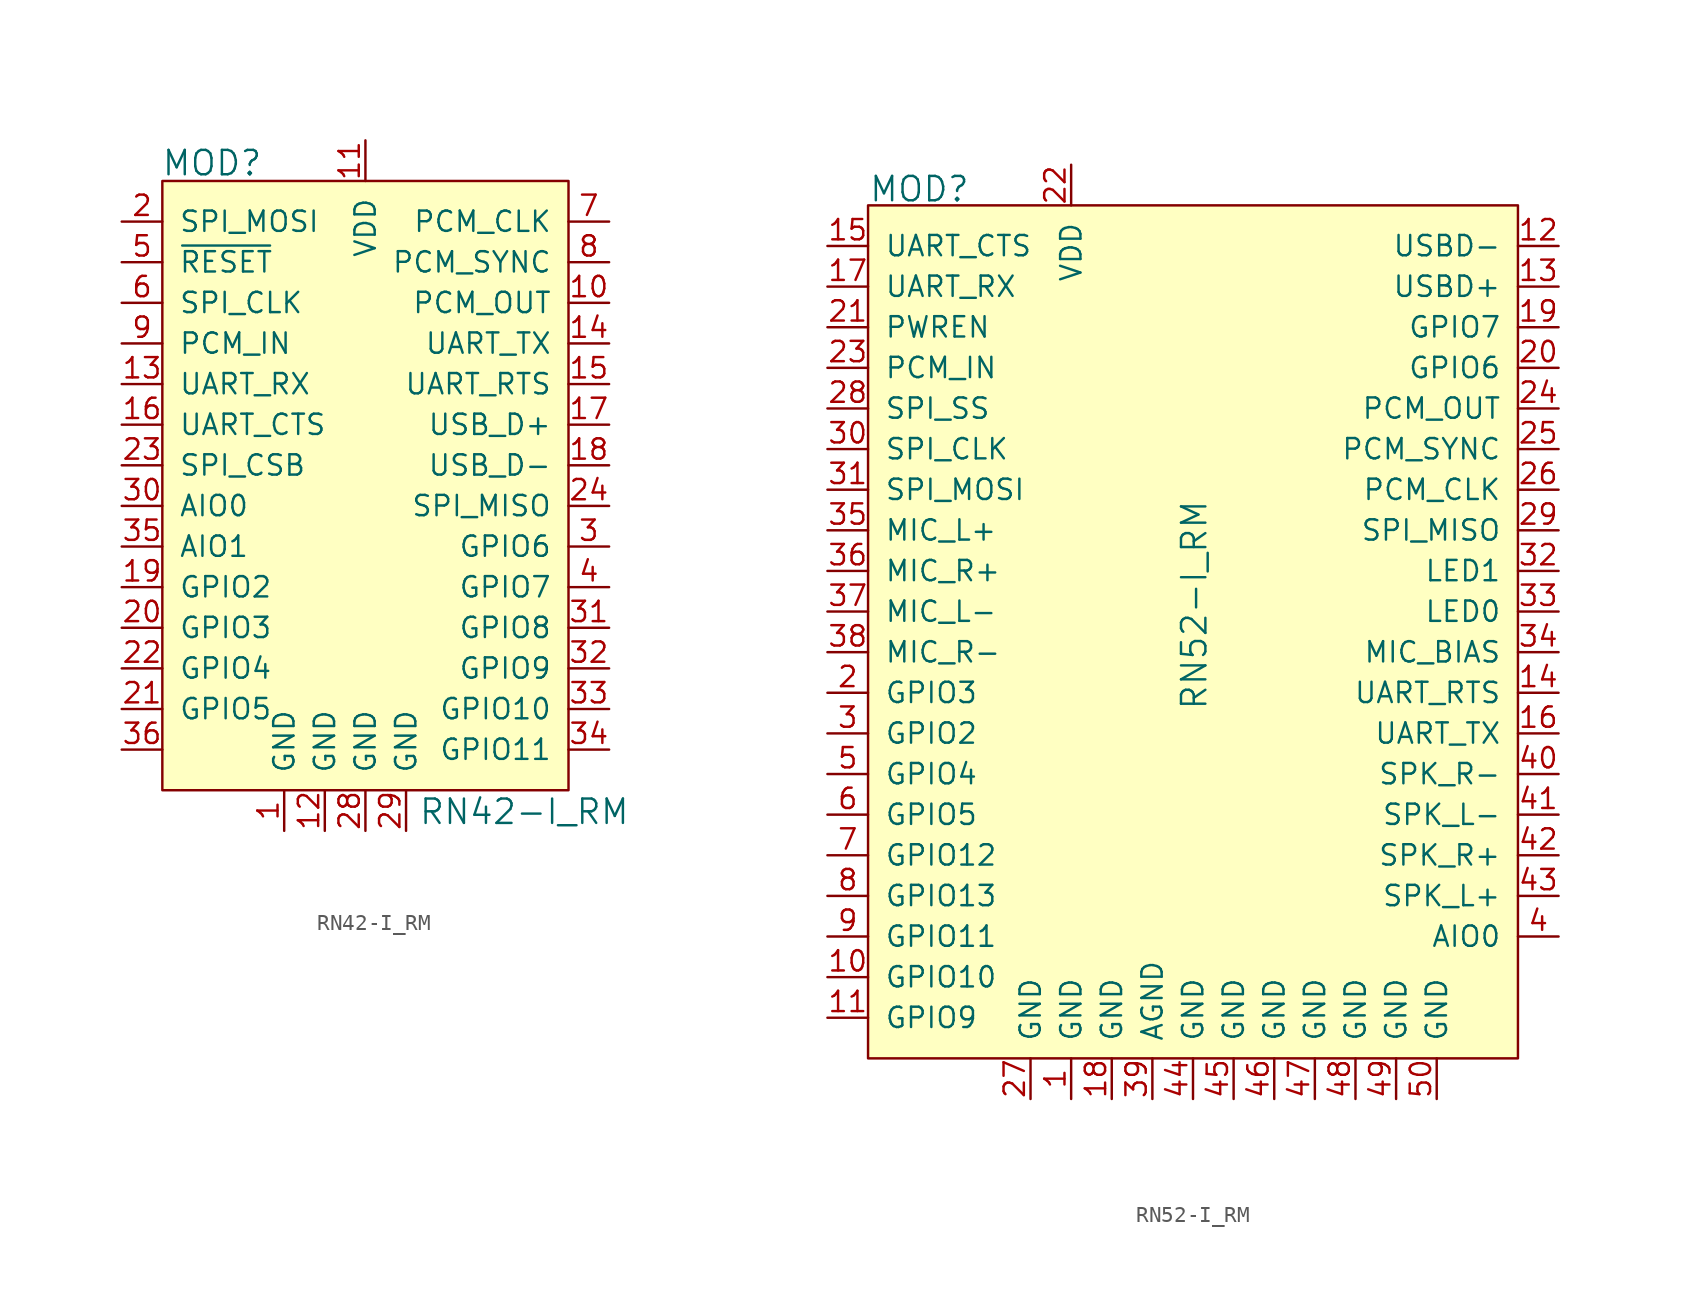
<source format=kicad_sym>
(kicad_symbol_lib
  (version 20201005)
  (generator kicad_symbol_editor)
  (symbol "RN42-I_RM"
    (pin_names
      (offset 1.016))
    (property "Reference" "MOD"
      (at -12.776 29.058 0)
      (effects (font (size 1.524 1.524)) (justify left)))
    (property "Value" "RN42-I_RM"
      (at 3.302 -11.506 0)
      (effects (font (size 1.524 1.524)) (justify left)))
    (symbol "RN42-I_RM_0_1"
      (rectangle (start -12.7 27.94) (end 12.7 -10.16) (stroke (width 0)) (fill (type background))))
    (symbol "RN42-I_RM_1_0"
      (pin unspecified line (at -15.24 -7.62 0) (length 2.54) (name "~" (effects (font (size 1.27 1.27)))) (number "36" (effects (font (size 1.27 1.27))))))
    (symbol "RN42-I_RM_1_1"
      (pin power_in line (at -5.08 -12.7 90) (length 2.54) (name "GND" (effects (font (size 1.27 1.27)))) (number "1" (effects (font (size 1.27 1.27)))))
      (pin input line (at -15.24 25.4 0) (length 2.54) (name "SPI_MOSI" (effects (font (size 1.27 1.27)))) (number "2" (effects (font (size 1.27 1.27)))))
      (pin input line (at 15.24 5.08 180) (length 2.54) (name "GPIO6" (effects (font (size 1.27 1.27)))) (number "3" (effects (font (size 1.27 1.27)))))
      (pin bidirectional line (at 15.24 2.54 180) (length 2.54) (name "GPIO7" (effects (font (size 1.27 1.27)))) (number "4" (effects (font (size 1.27 1.27)))))
      (pin input line (at -15.24 22.86 0) (length 2.54) (name "~RESET" (effects (font (size 1.27 1.27)))) (number "5" (effects (font (size 1.27 1.27)))))
      (pin input line (at -15.24 20.32 0) (length 2.54) (name "SPI_CLK" (effects (font (size 1.27 1.27)))) (number "6" (effects (font (size 1.27 1.27)))))
      (pin bidirectional line (at 15.24 25.4 180) (length 2.54) (name "PCM_CLK" (effects (font (size 1.27 1.27)))) (number "7" (effects (font (size 1.27 1.27)))))
      (pin bidirectional line (at 15.24 22.86 180) (length 2.54) (name "PCM_SYNC" (effects (font (size 1.27 1.27)))) (number "8" (effects (font (size 1.27 1.27)))))
      (pin input line (at -15.24 17.78 0) (length 2.54) (name "PCM_IN" (effects (font (size 1.27 1.27)))) (number "9" (effects (font (size 1.27 1.27)))))
      (pin output line (at 15.24 20.32 180) (length 2.54) (name "PCM_OUT" (effects (font (size 1.27 1.27)))) (number "10" (effects (font (size 1.27 1.27)))))
      (pin bidirectional line (at -15.24 0 0) (length 2.54) (name "GPIO3" (effects (font (size 1.27 1.27)))) (number "20" (effects (font (size 1.27 1.27)))))
      (pin input line (at -15.24 7.62 0) (length 2.54) (name "AIO0" (effects (font (size 1.27 1.27)))) (number "30" (effects (font (size 1.27 1.27)))))
      (pin power_in line (at 0 30.48 270) (length 2.54) (name "VDD" (effects (font (size 1.27 1.27)))) (number "11" (effects (font (size 1.27 1.27)))))
      (pin bidirectional line (at -15.24 -5.08 0) (length 2.54) (name "GPIO5" (effects (font (size 1.27 1.27)))) (number "21" (effects (font (size 1.27 1.27)))))
      (pin output line (at 15.24 0 180) (length 2.54) (name "GPIO8" (effects (font (size 1.27 1.27)))) (number "31" (effects (font (size 1.27 1.27)))))
      (pin power_in line (at -2.54 -12.7 90) (length 2.54) (name "GND" (effects (font (size 1.27 1.27)))) (number "12" (effects (font (size 1.27 1.27)))))
      (pin bidirectional line (at -15.24 -2.54 0) (length 2.54) (name "GPIO4" (effects (font (size 1.27 1.27)))) (number "22" (effects (font (size 1.27 1.27)))))
      (pin bidirectional line (at 15.24 -2.54 180) (length 2.54) (name "GPIO9" (effects (font (size 1.27 1.27)))) (number "32" (effects (font (size 1.27 1.27)))))
      (pin input line (at -15.24 15.24 0) (length 2.54) (name "UART_RX" (effects (font (size 1.27 1.27)))) (number "13" (effects (font (size 1.27 1.27)))))
      (pin bidirectional line (at -15.24 10.16 0) (length 2.54) (name "SPI_CSB" (effects (font (size 1.27 1.27)))) (number "23" (effects (font (size 1.27 1.27)))))
      (pin bidirectional line (at 15.24 -5.08 180) (length 2.54) (name "GPIO10" (effects (font (size 1.27 1.27)))) (number "33" (effects (font (size 1.27 1.27)))))
      (pin output line (at 15.24 17.78 180) (length 2.54) (name "UART_TX" (effects (font (size 1.27 1.27)))) (number "14" (effects (font (size 1.27 1.27)))))
      (pin bidirectional line (at 15.24 7.62 180) (length 2.54) (name "SPI_MISO" (effects (font (size 1.27 1.27)))) (number "24" (effects (font (size 1.27 1.27)))))
      (pin bidirectional line (at 15.24 -7.62 180) (length 2.54) (name "GPIO11" (effects (font (size 1.27 1.27)))) (number "34" (effects (font (size 1.27 1.27)))))
      (pin output line (at 15.24 15.24 180) (length 2.54) (name "UART_RTS" (effects (font (size 1.27 1.27)))) (number "15" (effects (font (size 1.27 1.27)))))
      (pin input line (at -15.24 5.08 0) (length 2.54) (name "AIO1" (effects (font (size 1.27 1.27)))) (number "35" (effects (font (size 1.27 1.27)))))
      (pin input line (at -15.24 12.7 0) (length 2.54) (name "UART_CTS" (effects (font (size 1.27 1.27)))) (number "16" (effects (font (size 1.27 1.27)))))
      (pin bidirectional line (at 15.24 12.7 180) (length 2.54) (name "USB_D+" (effects (font (size 1.27 1.27)))) (number "17" (effects (font (size 1.27 1.27)))))
      (pin bidirectional line (at 15.24 10.16 180) (length 2.54) (name "USB_D-" (effects (font (size 1.27 1.27)))) (number "18" (effects (font (size 1.27 1.27)))))
      (pin power_in line (at 0 -12.7 90) (length 2.54) (name "GND" (effects (font (size 1.27 1.27)))) (number "28" (effects (font (size 1.27 1.27)))))
      (pin bidirectional line (at -15.24 2.54 0) (length 2.54) (name "GPIO2" (effects (font (size 1.27 1.27)))) (number "19" (effects (font (size 1.27 1.27)))))
      (pin power_in line (at 2.54 -12.7 90) (length 2.54) (name "GND" (effects (font (size 1.27 1.27)))) (number "29" (effects (font (size 1.27 1.27)))))))
  (symbol "RN52-I_RM"
    (pin_names
      (offset 1.016))
    (property "Reference" "MOD"
      (at -20.295 16.256 0)
      (effects (font (size 1.524 1.524)) (justify left)))
    (property "Value" "RN52-I_RM"
      (at 0.076 -9.754 90)
      (effects (font (size 1.524 1.524))))
    (symbol "RN52-I_RM_0_1"
      (rectangle (start -20.32 15.24) (end 20.32 -38.1) (stroke (width 0)) (fill (type background))))
    (symbol "RN52-I_RM_1_1"
      (pin power_in line (at -7.62 -40.64 90) (length 2.54) (name "GND" (effects (font (size 1.27 1.27)))) (number "1" (effects (font (size 1.27 1.27)))))
      (pin bidirectional line (at -22.86 -15.24 0) (length 2.54) (name "GPIO3" (effects (font (size 1.27 1.27)))) (number "2" (effects (font (size 1.27 1.27)))))
      (pin bidirectional line (at -22.86 -17.78 0) (length 2.54) (name "GPIO2" (effects (font (size 1.27 1.27)))) (number "3" (effects (font (size 1.27 1.27)))))
      (pin bidirectional line (at 22.86 -30.48 180) (length 2.54) (name "AIO0" (effects (font (size 1.27 1.27)))) (number "4" (effects (font (size 1.27 1.27)))))
      (pin bidirectional line (at -22.86 -20.32 0) (length 2.54) (name "GPIO4" (effects (font (size 1.27 1.27)))) (number "5" (effects (font (size 1.27 1.27)))))
      (pin bidirectional line (at -22.86 -22.86 0) (length 2.54) (name "GPIO5" (effects (font (size 1.27 1.27)))) (number "6" (effects (font (size 1.27 1.27)))))
      (pin bidirectional line (at -22.86 -25.4 0) (length 2.54) (name "GPIO12" (effects (font (size 1.27 1.27)))) (number "7" (effects (font (size 1.27 1.27)))))
      (pin bidirectional line (at -22.86 -27.94 0) (length 2.54) (name "GPIO13" (effects (font (size 1.27 1.27)))) (number "8" (effects (font (size 1.27 1.27)))))
      (pin bidirectional line (at -22.86 -30.48 0) (length 2.54) (name "GPIO11" (effects (font (size 1.27 1.27)))) (number "9" (effects (font (size 1.27 1.27)))))
      (pin bidirectional line (at -22.86 -33.02 0) (length 2.54) (name "GPIO10" (effects (font (size 1.27 1.27)))) (number "10" (effects (font (size 1.27 1.27)))))
      (pin bidirectional line (at 22.86 5.08 180) (length 2.54) (name "GPIO6" (effects (font (size 1.27 1.27)))) (number "20" (effects (font (size 1.27 1.27)))))
      (pin input line (at -22.86 0 0) (length 2.54) (name "SPI_CLK" (effects (font (size 1.27 1.27)))) (number "30" (effects (font (size 1.27 1.27)))))
      (pin output line (at 22.86 -20.32 180) (length 2.54) (name "SPK_R-" (effects (font (size 1.27 1.27)))) (number "40" (effects (font (size 1.27 1.27)))))
      (pin power_in line (at 15.24 -40.64 90) (length 2.54) (name "GND" (effects (font (size 1.27 1.27)))) (number "50" (effects (font (size 1.27 1.27)))))
      (pin bidirectional line (at -22.86 -35.56 0) (length 2.54) (name "GPIO9" (effects (font (size 1.27 1.27)))) (number "11" (effects (font (size 1.27 1.27)))))
      (pin input line (at -22.86 7.62 0) (length 2.54) (name "PWREN" (effects (font (size 1.27 1.27)))) (number "21" (effects (font (size 1.27 1.27)))))
      (pin input line (at -22.86 -2.54 0) (length 2.54) (name "SPI_MOSI" (effects (font (size 1.27 1.27)))) (number "31" (effects (font (size 1.27 1.27)))))
      (pin output line (at 22.86 -22.86 180) (length 2.54) (name "SPK_L-" (effects (font (size 1.27 1.27)))) (number "41" (effects (font (size 1.27 1.27)))))
      (pin bidirectional line (at 22.86 12.7 180) (length 2.54) (name "USBD-" (effects (font (size 1.27 1.27)))) (number "12" (effects (font (size 1.27 1.27)))))
      (pin power_in line (at -7.62 17.78 270) (length 2.54) (name "VDD" (effects (font (size 1.27 1.27)))) (number "22" (effects (font (size 1.27 1.27)))))
      (pin output line (at 22.86 -7.62 180) (length 2.54) (name "LED1" (effects (font (size 1.27 1.27)))) (number "32" (effects (font (size 1.27 1.27)))))
      (pin output line (at 22.86 -25.4 180) (length 2.54) (name "SPK_R+" (effects (font (size 1.27 1.27)))) (number "42" (effects (font (size 1.27 1.27)))))
      (pin bidirectional line (at 22.86 10.16 180) (length 2.54) (name "USBD+" (effects (font (size 1.27 1.27)))) (number "13" (effects (font (size 1.27 1.27)))))
      (pin input line (at -22.86 5.08 0) (length 2.54) (name "PCM_IN" (effects (font (size 1.27 1.27)))) (number "23" (effects (font (size 1.27 1.27)))))
      (pin output line (at 22.86 -10.16 180) (length 2.54) (name "LED0" (effects (font (size 1.27 1.27)))) (number "33" (effects (font (size 1.27 1.27)))))
      (pin output line (at 22.86 -27.94 180) (length 2.54) (name "SPK_L+" (effects (font (size 1.27 1.27)))) (number "43" (effects (font (size 1.27 1.27)))))
      (pin tri_state line (at 22.86 -15.24 180) (length 2.54) (name "UART_RTS" (effects (font (size 1.27 1.27)))) (number "14" (effects (font (size 1.27 1.27)))))
      (pin output line (at 22.86 2.54 180) (length 2.54) (name "PCM_OUT" (effects (font (size 1.27 1.27)))) (number "24" (effects (font (size 1.27 1.27)))))
      (pin output line (at 22.86 -12.7 180) (length 2.54) (name "MIC_BIAS" (effects (font (size 1.27 1.27)))) (number "34" (effects (font (size 1.27 1.27)))))
      (pin power_in line (at 0 -40.64 90) (length 2.54) (name "GND" (effects (font (size 1.27 1.27)))) (number "44" (effects (font (size 1.27 1.27)))))
      (pin input line (at -22.86 12.7 0) (length 2.54) (name "UART_CTS" (effects (font (size 1.27 1.27)))) (number "15" (effects (font (size 1.27 1.27)))))
      (pin output line (at 22.86 0 180) (length 2.54) (name "PCM_SYNC" (effects (font (size 1.27 1.27)))) (number "25" (effects (font (size 1.27 1.27)))))
      (pin input line (at -22.86 -5.08 0) (length 2.54) (name "MIC_L+" (effects (font (size 1.27 1.27)))) (number "35" (effects (font (size 1.27 1.27)))))
      (pin power_in line (at 2.54 -40.64 90) (length 2.54) (name "GND" (effects (font (size 1.27 1.27)))) (number "45" (effects (font (size 1.27 1.27)))))
      (pin tri_state line (at 22.86 -17.78 180) (length 2.54) (name "UART_TX" (effects (font (size 1.27 1.27)))) (number "16" (effects (font (size 1.27 1.27)))))
      (pin output line (at 22.86 -2.54 180) (length 2.54) (name "PCM_CLK" (effects (font (size 1.27 1.27)))) (number "26" (effects (font (size 1.27 1.27)))))
      (pin input line (at -22.86 -7.62 0) (length 2.54) (name "MIC_R+" (effects (font (size 1.27 1.27)))) (number "36" (effects (font (size 1.27 1.27)))))
      (pin power_in line (at 5.08 -40.64 90) (length 2.54) (name "GND" (effects (font (size 1.27 1.27)))) (number "46" (effects (font (size 1.27 1.27)))))
      (pin input line (at -22.86 10.16 0) (length 2.54) (name "UART_RX" (effects (font (size 1.27 1.27)))) (number "17" (effects (font (size 1.27 1.27)))))
      (pin power_in line (at -10.16 -40.64 90) (length 2.54) (name "GND" (effects (font (size 1.27 1.27)))) (number "27" (effects (font (size 1.27 1.27)))))
      (pin input line (at -22.86 -10.16 0) (length 2.54) (name "MIC_L-" (effects (font (size 1.27 1.27)))) (number "37" (effects (font (size 1.27 1.27)))))
      (pin power_in line (at 7.62 -40.64 90) (length 2.54) (name "GND" (effects (font (size 1.27 1.27)))) (number "47" (effects (font (size 1.27 1.27)))))
      (pin input line (at -5.08 -40.64 90) (length 2.54) (name "GND" (effects (font (size 1.27 1.27)))) (number "18" (effects (font (size 1.27 1.27)))))
      (pin input line (at -22.86 2.54 0) (length 2.54) (name "SPI_SS" (effects (font (size 1.27 1.27)))) (number "28" (effects (font (size 1.27 1.27)))))
      (pin input line (at -22.86 -12.7 0) (length 2.54) (name "MIC_R-" (effects (font (size 1.27 1.27)))) (number "38" (effects (font (size 1.27 1.27)))))
      (pin power_in line (at 10.16 -40.64 90) (length 2.54) (name "GND" (effects (font (size 1.27 1.27)))) (number "48" (effects (font (size 1.27 1.27)))))
      (pin bidirectional line (at 22.86 7.62 180) (length 2.54) (name "GPIO7" (effects (font (size 1.27 1.27)))) (number "19" (effects (font (size 1.27 1.27)))))
      (pin output line (at 22.86 -5.08 180) (length 2.54) (name "SPI_MISO" (effects (font (size 1.27 1.27)))) (number "29" (effects (font (size 1.27 1.27)))))
      (pin power_in line (at -2.54 -40.64 90) (length 2.54) (name "AGND" (effects (font (size 1.27 1.27)))) (number "39" (effects (font (size 1.27 1.27)))))
      (pin power_in line (at 12.7 -40.64 90) (length 2.54) (name "GND" (effects (font (size 1.27 1.27)))) (number "49" (effects (font (size 1.27 1.27))))))))
</source>
